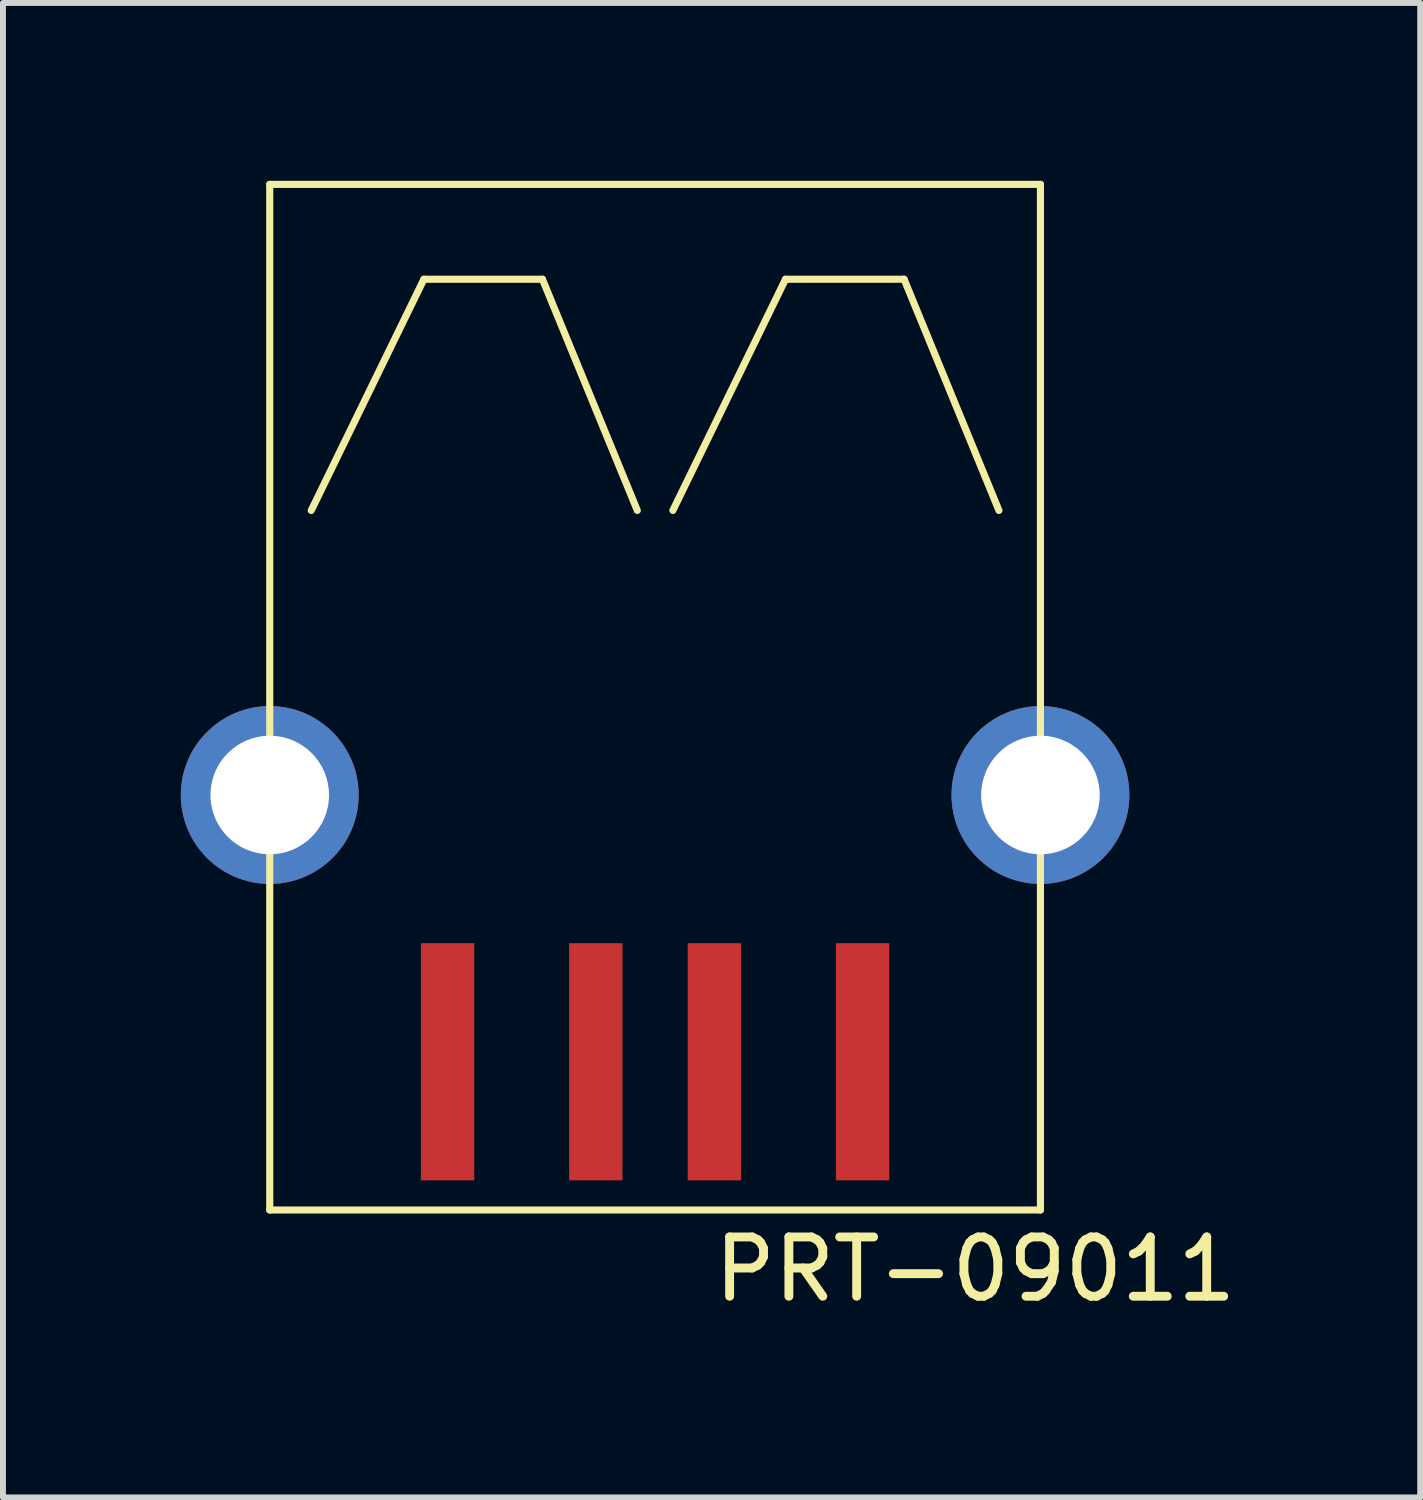
<source format=kicad_pcb>
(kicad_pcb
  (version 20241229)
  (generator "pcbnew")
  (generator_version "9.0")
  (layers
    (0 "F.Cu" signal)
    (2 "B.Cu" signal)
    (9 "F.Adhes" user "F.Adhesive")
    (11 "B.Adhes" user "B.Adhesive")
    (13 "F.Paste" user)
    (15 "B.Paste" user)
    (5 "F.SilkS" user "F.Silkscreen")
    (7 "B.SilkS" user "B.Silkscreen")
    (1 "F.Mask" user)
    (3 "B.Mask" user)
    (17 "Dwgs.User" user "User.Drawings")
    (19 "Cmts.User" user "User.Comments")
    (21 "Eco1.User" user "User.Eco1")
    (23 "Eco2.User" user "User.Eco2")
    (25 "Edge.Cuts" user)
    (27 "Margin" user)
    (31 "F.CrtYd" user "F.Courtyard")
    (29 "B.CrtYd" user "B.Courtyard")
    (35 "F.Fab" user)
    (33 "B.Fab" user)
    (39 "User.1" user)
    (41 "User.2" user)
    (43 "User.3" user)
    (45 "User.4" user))
  (footprint "PRT-09011"
    (layer "F.Cu")
    (at 8 14.86)
    (property "Reference" "PRT-09011" (at 5.4 3.5 0) (layer "F.SilkS") (effects (font (size 1 1) (thickness 0.15))))
    (attr through_hole)
    (fp_line (start -6.5 -14.8) (end 6.5 -14.8) (stroke (width 0.12) (type solid)) (layer "F.SilkS"))
    (fp_line (start -6.5 -4.5) (end -6.5 -14.8) (stroke (width 0.12) (type solid)) (layer "F.SilkS"))
    (fp_line (start -6.5 2.5) (end -6.5 -4.5) (stroke (width 0.12) (type solid)) (layer "F.SilkS"))
    (fp_line (start -5.8 -9.3) (end -3.9 -13.2) (stroke (width 0.12) (type solid)) (layer "F.SilkS"))
    (fp_line (start -3.9 -13.2) (end -1.9 -13.2) (stroke (width 0.12) (type solid)) (layer "F.SilkS"))
    (fp_line (start -1.9 -13.2) (end -0.3 -9.3) (stroke (width 0.12) (type solid)) (layer "F.SilkS"))
    (fp_line (start 0.3 -9.3) (end 2.2 -13.2) (stroke (width 0.12) (type solid)) (layer "F.SilkS"))
    (fp_line (start 2.2 -13.2) (end 4.2 -13.2) (stroke (width 0.12) (type solid)) (layer "F.SilkS"))
    (fp_line (start 4.2 -13.2) (end 5.8 -9.3) (stroke (width 0.12) (type solid)) (layer "F.SilkS"))
    (fp_line (start 6.5 -14.8) (end 6.5 -4.5) (stroke (width 0.12) (type solid)) (layer "F.SilkS"))
    (fp_line (start 6.5 -4.5) (end 6.5 2.5) (stroke (width 0.12) (type solid)) (layer "F.SilkS"))
    (fp_line (start 6.5 2.5) (end -6.5 2.5) (stroke (width 0.12) (type solid)) (layer "F.SilkS"))
    (pad "1" smd rect (at -3.5 0) (size 0.9 4) (layers "F.Cu" "F.Mask" "F.Paste"))
    (pad "2" smd rect (at -1 0) (size 0.9 4) (layers "F.Cu" "F.Mask" "F.Paste"))
    (pad "3" smd rect (at 1 0) (size 0.9 4) (layers "F.Cu" "F.Mask" "F.Paste"))
    (pad "4" smd rect (at 3.5 0) (size 0.9 4) (layers "F.Cu" "F.Mask" "F.Paste"))
    (pad "5" thru_hole circle (at -6.5 -4.5) (size 3 3) (drill 2) (layers "*.Cu" "*.Mask"))
    (pad "5" thru_hole circle (at 6.5 -4.5) (size 3 3) (drill 2) (layers "*.Cu" "*.Mask")))
  (gr_rect
    (start -3 -3)
    (end 20.906 22.208)
    (stroke (width 0.1) (type default))
    (fill no)
    (layer "Edge.Cuts")))
</source>
